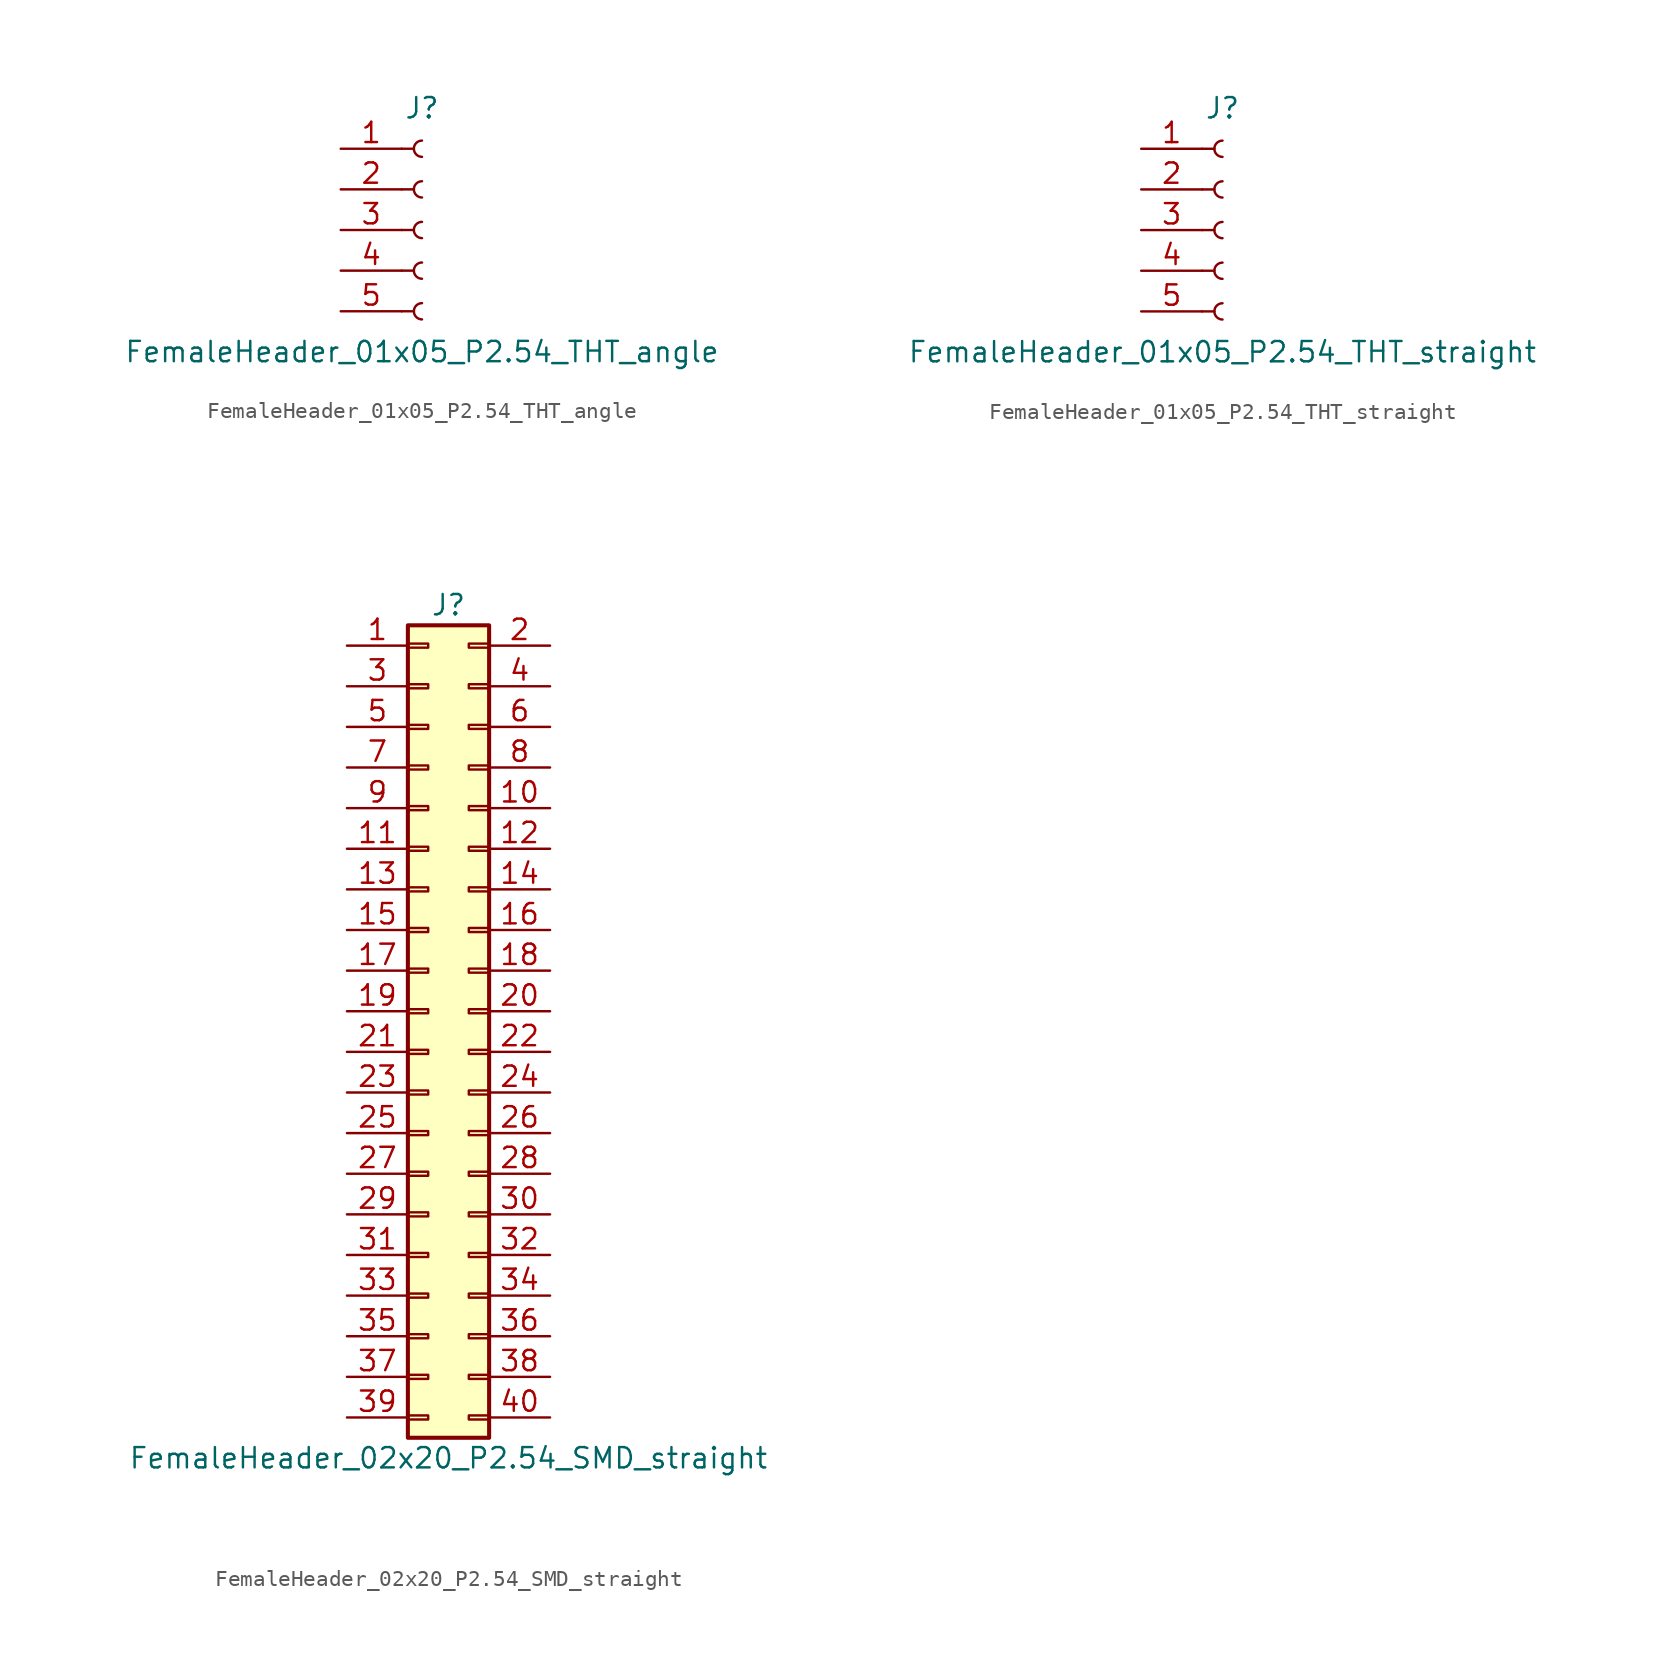
<source format=kicad_sym>
(kicad_symbol_lib
  (version 20231120)
  (generator "kicad_symbol_editor")
  (generator_version "8.0")
  (symbol "FemaleHeader_01x05_P2.54_THT_angle"
    (pin_names
      (offset 1.016) hide)
    (property "Reference" "J"
      (at 0 7.62 0)
      (effects (font (size 1.27 1.27))))
    (property "Value" "FemaleHeader_01x05_P2.54_THT_angle"
      (at 0 -7.62 0)
      (effects (font (size 1.27 1.27))))
    (symbol "FemaleHeader_01x05_P2.54_THT_angle_1_1"
      (arc (start 0 -4.572) (mid -0.5058 -5.08) (end 0 -5.588) (stroke (width 0.1524) (type default)) (fill (type none)))
      (arc (start 0 -2.032) (mid -0.5058 -2.54) (end 0 -3.048) (stroke (width 0.1524) (type default)) (fill (type none)))
      (polyline (pts (xy -1.27 -5.08) (xy -0.508 -5.08)) (stroke (width 0.152) (type default)) (fill (type none)))
      (polyline (pts (xy -1.27 -2.54) (xy -0.508 -2.54)) (stroke (width 0.152) (type default)) (fill (type none)))
      (polyline (pts (xy -1.27 0) (xy -0.508 0)) (stroke (width 0.152) (type default)) (fill (type none)))
      (polyline (pts (xy -1.27 2.54) (xy -0.508 2.54)) (stroke (width 0.152) (type default)) (fill (type none)))
      (polyline (pts (xy -1.27 5.08) (xy -0.508 5.08)) (stroke (width 0.152) (type default)) (fill (type none)))
      (arc (start 0 0.508) (mid -0.5058 0) (end 0 -0.508) (stroke (width 0.1524) (type default)) (fill (type none)))
      (arc (start 0 3.048) (mid -0.5058 2.54) (end 0 2.032) (stroke (width 0.1524) (type default)) (fill (type none)))
      (arc (start 0 5.588) (mid -0.5058 5.08) (end 0 4.572) (stroke (width 0.1524) (type default)) (fill (type none)))
      (pin passive line (at -5.08 5.08 0) (length 3.81) (name "Pin_1" (effects (font (size 1.27 1.27)))) (number "1" (effects (font (size 1.27 1.27)))))
      (pin passive line (at -5.08 2.54 0) (length 3.81) (name "Pin_2" (effects (font (size 1.27 1.27)))) (number "2" (effects (font (size 1.27 1.27)))))
      (pin passive line (at -5.08 0 0) (length 3.81) (name "Pin_3" (effects (font (size 1.27 1.27)))) (number "3" (effects (font (size 1.27 1.27)))))
      (pin passive line (at -5.08 -2.54 0) (length 3.81) (name "Pin_4" (effects (font (size 1.27 1.27)))) (number "4" (effects (font (size 1.27 1.27)))))
      (pin passive line (at -5.08 -5.08 0) (length 3.81) (name "Pin_5" (effects (font (size 1.27 1.27)))) (number "5" (effects (font (size 1.27 1.27)))))))
  (symbol "FemaleHeader_01x05_P2.54_THT_straight"
    (pin_names
      (offset 1.016) hide)
    (property "Reference" "J"
      (at 0 7.62 0)
      (effects (font (size 1.27 1.27))))
    (property "Value" "FemaleHeader_01x05_P2.54_THT_straight"
      (at 0 -7.62 0)
      (effects (font (size 1.27 1.27))))
    (symbol "FemaleHeader_01x05_P2.54_THT_straight_1_1"
      (arc (start 0 -4.572) (mid -0.5058 -5.08) (end 0 -5.588) (stroke (width 0.1524) (type default)) (fill (type none)))
      (arc (start 0 -2.032) (mid -0.5058 -2.54) (end 0 -3.048) (stroke (width 0.1524) (type default)) (fill (type none)))
      (polyline (pts (xy -1.27 -5.08) (xy -0.508 -5.08)) (stroke (width 0.152) (type default)) (fill (type none)))
      (polyline (pts (xy -1.27 -2.54) (xy -0.508 -2.54)) (stroke (width 0.152) (type default)) (fill (type none)))
      (polyline (pts (xy -1.27 0) (xy -0.508 0)) (stroke (width 0.152) (type default)) (fill (type none)))
      (polyline (pts (xy -1.27 2.54) (xy -0.508 2.54)) (stroke (width 0.152) (type default)) (fill (type none)))
      (polyline (pts (xy -1.27 5.08) (xy -0.508 5.08)) (stroke (width 0.152) (type default)) (fill (type none)))
      (arc (start 0 0.508) (mid -0.5058 0) (end 0 -0.508) (stroke (width 0.1524) (type default)) (fill (type none)))
      (arc (start 0 3.048) (mid -0.5058 2.54) (end 0 2.032) (stroke (width 0.1524) (type default)) (fill (type none)))
      (arc (start 0 5.588) (mid -0.5058 5.08) (end 0 4.572) (stroke (width 0.1524) (type default)) (fill (type none)))
      (pin passive line (at -5.08 5.08 0) (length 3.81) (name "Pin_1" (effects (font (size 1.27 1.27)))) (number "1" (effects (font (size 1.27 1.27)))))
      (pin passive line (at -5.08 2.54 0) (length 3.81) (name "Pin_2" (effects (font (size 1.27 1.27)))) (number "2" (effects (font (size 1.27 1.27)))))
      (pin passive line (at -5.08 0 0) (length 3.81) (name "Pin_3" (effects (font (size 1.27 1.27)))) (number "3" (effects (font (size 1.27 1.27)))))
      (pin passive line (at -5.08 -2.54 0) (length 3.81) (name "Pin_4" (effects (font (size 1.27 1.27)))) (number "4" (effects (font (size 1.27 1.27)))))
      (pin passive line (at -5.08 -5.08 0) (length 3.81) (name "Pin_5" (effects (font (size 1.27 1.27)))) (number "5" (effects (font (size 1.27 1.27)))))))
  (symbol "FemaleHeader_02x20_P2.54_SMD_straight"
    (pin_names
      (offset 1.016) hide)
    (property "Reference" "J"
      (at 1.27 25.4 0)
      (effects (font (size 1.27 1.27))))
    (property "Value" "FemaleHeader_02x20_P2.54_SMD_straight"
      (at 1.27 -27.94 0)
      (effects (font (size 1.27 1.27))))
    (symbol "FemaleHeader_02x20_P2.54_SMD_straight_1_1"
      (rectangle (start -1.27 -25.273) (end 0 -25.527) (stroke (width 0.152) (type default)) (fill (type none)))
      (rectangle (start -1.27 -22.733) (end 0 -22.987) (stroke (width 0.152) (type default)) (fill (type none)))
      (rectangle (start -1.27 -20.193) (end 0 -20.447) (stroke (width 0.152) (type default)) (fill (type none)))
      (rectangle (start -1.27 -17.653) (end 0 -17.907) (stroke (width 0.152) (type default)) (fill (type none)))
      (rectangle (start -1.27 -15.113) (end 0 -15.367) (stroke (width 0.152) (type default)) (fill (type none)))
      (rectangle (start -1.27 -12.573) (end 0 -12.827) (stroke (width 0.152) (type default)) (fill (type none)))
      (rectangle (start -1.27 -10.033) (end 0 -10.287) (stroke (width 0.152) (type default)) (fill (type none)))
      (rectangle (start -1.27 -7.493) (end 0 -7.747) (stroke (width 0.152) (type default)) (fill (type none)))
      (rectangle (start -1.27 -4.953) (end 0 -5.207) (stroke (width 0.152) (type default)) (fill (type none)))
      (rectangle (start -1.27 -2.413) (end 0 -2.667) (stroke (width 0.152) (type default)) (fill (type none)))
      (rectangle (start -1.27 0.127) (end 0 -0.127) (stroke (width 0.152) (type default)) (fill (type none)))
      (rectangle (start -1.27 2.667) (end 0 2.413) (stroke (width 0.152) (type default)) (fill (type none)))
      (rectangle (start -1.27 5.207) (end 0 4.953) (stroke (width 0.152) (type default)) (fill (type none)))
      (rectangle (start -1.27 7.747) (end 0 7.493) (stroke (width 0.152) (type default)) (fill (type none)))
      (rectangle (start -1.27 10.287) (end 0 10.033) (stroke (width 0.152) (type default)) (fill (type none)))
      (rectangle (start -1.27 12.827) (end 0 12.573) (stroke (width 0.152) (type default)) (fill (type none)))
      (rectangle (start -1.27 15.367) (end 0 15.113) (stroke (width 0.152) (type default)) (fill (type none)))
      (rectangle (start -1.27 17.907) (end 0 17.653) (stroke (width 0.152) (type default)) (fill (type none)))
      (rectangle (start -1.27 20.447) (end 0 20.193) (stroke (width 0.152) (type default)) (fill (type none)))
      (rectangle (start -1.27 22.987) (end 0 22.733) (stroke (width 0.152) (type default)) (fill (type none)))
      (rectangle (start -1.27 24.13) (end 3.81 -26.67) (stroke (width 0.254) (type default)) (fill (type background)))
      (rectangle (start 3.81 -25.273) (end 2.54 -25.527) (stroke (width 0.152) (type default)) (fill (type none)))
      (rectangle (start 3.81 -22.733) (end 2.54 -22.987) (stroke (width 0.152) (type default)) (fill (type none)))
      (rectangle (start 3.81 -20.193) (end 2.54 -20.447) (stroke (width 0.152) (type default)) (fill (type none)))
      (rectangle (start 3.81 -17.653) (end 2.54 -17.907) (stroke (width 0.152) (type default)) (fill (type none)))
      (rectangle (start 3.81 -15.113) (end 2.54 -15.367) (stroke (width 0.152) (type default)) (fill (type none)))
      (rectangle (start 3.81 -12.573) (end 2.54 -12.827) (stroke (width 0.152) (type default)) (fill (type none)))
      (rectangle (start 3.81 -10.033) (end 2.54 -10.287) (stroke (width 0.152) (type default)) (fill (type none)))
      (rectangle (start 3.81 -7.493) (end 2.54 -7.747) (stroke (width 0.152) (type default)) (fill (type none)))
      (rectangle (start 3.81 -4.953) (end 2.54 -5.207) (stroke (width 0.152) (type default)) (fill (type none)))
      (rectangle (start 3.81 -2.413) (end 2.54 -2.667) (stroke (width 0.152) (type default)) (fill (type none)))
      (rectangle (start 3.81 0.127) (end 2.54 -0.127) (stroke (width 0.152) (type default)) (fill (type none)))
      (rectangle (start 3.81 2.667) (end 2.54 2.413) (stroke (width 0.152) (type default)) (fill (type none)))
      (rectangle (start 3.81 5.207) (end 2.54 4.953) (stroke (width 0.152) (type default)) (fill (type none)))
      (rectangle (start 3.81 7.747) (end 2.54 7.493) (stroke (width 0.152) (type default)) (fill (type none)))
      (rectangle (start 3.81 10.287) (end 2.54 10.033) (stroke (width 0.152) (type default)) (fill (type none)))
      (rectangle (start 3.81 12.827) (end 2.54 12.573) (stroke (width 0.152) (type default)) (fill (type none)))
      (rectangle (start 3.81 15.367) (end 2.54 15.113) (stroke (width 0.152) (type default)) (fill (type none)))
      (rectangle (start 3.81 17.907) (end 2.54 17.653) (stroke (width 0.152) (type default)) (fill (type none)))
      (rectangle (start 3.81 20.447) (end 2.54 20.193) (stroke (width 0.152) (type default)) (fill (type none)))
      (rectangle (start 3.81 22.987) (end 2.54 22.733) (stroke (width 0.152) (type default)) (fill (type none)))
      (pin passive line (at -5.08 22.86 0) (length 3.81) (name "Pin_1" (effects (font (size 1.27 1.27)))) (number "1" (effects (font (size 1.27 1.27)))))
      (pin passive line (at 7.62 12.7 180) (length 3.81) (name "Pin_10" (effects (font (size 1.27 1.27)))) (number "10" (effects (font (size 1.27 1.27)))))
      (pin passive line (at -5.08 10.16 0) (length 3.81) (name "Pin_11" (effects (font (size 1.27 1.27)))) (number "11" (effects (font (size 1.27 1.27)))))
      (pin passive line (at 7.62 10.16 180) (length 3.81) (name "Pin_12" (effects (font (size 1.27 1.27)))) (number "12" (effects (font (size 1.27 1.27)))))
      (pin passive line (at -5.08 7.62 0) (length 3.81) (name "Pin_13" (effects (font (size 1.27 1.27)))) (number "13" (effects (font (size 1.27 1.27)))))
      (pin passive line (at 7.62 7.62 180) (length 3.81) (name "Pin_14" (effects (font (size 1.27 1.27)))) (number "14" (effects (font (size 1.27 1.27)))))
      (pin passive line (at -5.08 5.08 0) (length 3.81) (name "Pin_15" (effects (font (size 1.27 1.27)))) (number "15" (effects (font (size 1.27 1.27)))))
      (pin passive line (at 7.62 5.08 180) (length 3.81) (name "Pin_16" (effects (font (size 1.27 1.27)))) (number "16" (effects (font (size 1.27 1.27)))))
      (pin passive line (at -5.08 2.54 0) (length 3.81) (name "Pin_17" (effects (font (size 1.27 1.27)))) (number "17" (effects (font (size 1.27 1.27)))))
      (pin passive line (at 7.62 2.54 180) (length 3.81) (name "Pin_18" (effects (font (size 1.27 1.27)))) (number "18" (effects (font (size 1.27 1.27)))))
      (pin passive line (at -5.08 0 0) (length 3.81) (name "Pin_19" (effects (font (size 1.27 1.27)))) (number "19" (effects (font (size 1.27 1.27)))))
      (pin passive line (at 7.62 22.86 180) (length 3.81) (name "Pin_2" (effects (font (size 1.27 1.27)))) (number "2" (effects (font (size 1.27 1.27)))))
      (pin passive line (at 7.62 0 180) (length 3.81) (name "Pin_20" (effects (font (size 1.27 1.27)))) (number "20" (effects (font (size 1.27 1.27)))))
      (pin passive line (at -5.08 -2.54 0) (length 3.81) (name "Pin_21" (effects (font (size 1.27 1.27)))) (number "21" (effects (font (size 1.27 1.27)))))
      (pin passive line (at 7.62 -2.54 180) (length 3.81) (name "Pin_22" (effects (font (size 1.27 1.27)))) (number "22" (effects (font (size 1.27 1.27)))))
      (pin passive line (at -5.08 -5.08 0) (length 3.81) (name "Pin_23" (effects (font (size 1.27 1.27)))) (number "23" (effects (font (size 1.27 1.27)))))
      (pin passive line (at 7.62 -5.08 180) (length 3.81) (name "Pin_24" (effects (font (size 1.27 1.27)))) (number "24" (effects (font (size 1.27 1.27)))))
      (pin passive line (at -5.08 -7.62 0) (length 3.81) (name "Pin_25" (effects (font (size 1.27 1.27)))) (number "25" (effects (font (size 1.27 1.27)))))
      (pin passive line (at 7.62 -7.62 180) (length 3.81) (name "Pin_26" (effects (font (size 1.27 1.27)))) (number "26" (effects (font (size 1.27 1.27)))))
      (pin passive line (at -5.08 -10.16 0) (length 3.81) (name "Pin_27" (effects (font (size 1.27 1.27)))) (number "27" (effects (font (size 1.27 1.27)))))
      (pin passive line (at 7.62 -10.16 180) (length 3.81) (name "Pin_28" (effects (font (size 1.27 1.27)))) (number "28" (effects (font (size 1.27 1.27)))))
      (pin passive line (at -5.08 -12.7 0) (length 3.81) (name "Pin_29" (effects (font (size 1.27 1.27)))) (number "29" (effects (font (size 1.27 1.27)))))
      (pin passive line (at -5.08 20.32 0) (length 3.81) (name "Pin_3" (effects (font (size 1.27 1.27)))) (number "3" (effects (font (size 1.27 1.27)))))
      (pin passive line (at 7.62 -12.7 180) (length 3.81) (name "Pin_30" (effects (font (size 1.27 1.27)))) (number "30" (effects (font (size 1.27 1.27)))))
      (pin passive line (at -5.08 -15.24 0) (length 3.81) (name "Pin_31" (effects (font (size 1.27 1.27)))) (number "31" (effects (font (size 1.27 1.27)))))
      (pin passive line (at 7.62 -15.24 180) (length 3.81) (name "Pin_32" (effects (font (size 1.27 1.27)))) (number "32" (effects (font (size 1.27 1.27)))))
      (pin passive line (at -5.08 -17.78 0) (length 3.81) (name "Pin_33" (effects (font (size 1.27 1.27)))) (number "33" (effects (font (size 1.27 1.27)))))
      (pin passive line (at 7.62 -17.78 180) (length 3.81) (name "Pin_34" (effects (font (size 1.27 1.27)))) (number "34" (effects (font (size 1.27 1.27)))))
      (pin passive line (at -5.08 -20.32 0) (length 3.81) (name "Pin_35" (effects (font (size 1.27 1.27)))) (number "35" (effects (font (size 1.27 1.27)))))
      (pin passive line (at 7.62 -20.32 180) (length 3.81) (name "Pin_36" (effects (font (size 1.27 1.27)))) (number "36" (effects (font (size 1.27 1.27)))))
      (pin passive line (at -5.08 -22.86 0) (length 3.81) (name "Pin_37" (effects (font (size 1.27 1.27)))) (number "37" (effects (font (size 1.27 1.27)))))
      (pin passive line (at 7.62 -22.86 180) (length 3.81) (name "Pin_38" (effects (font (size 1.27 1.27)))) (number "38" (effects (font (size 1.27 1.27)))))
      (pin passive line (at -5.08 -25.4 0) (length 3.81) (name "Pin_39" (effects (font (size 1.27 1.27)))) (number "39" (effects (font (size 1.27 1.27)))))
      (pin passive line (at 7.62 20.32 180) (length 3.81) (name "Pin_4" (effects (font (size 1.27 1.27)))) (number "4" (effects (font (size 1.27 1.27)))))
      (pin passive line (at 7.62 -25.4 180) (length 3.81) (name "Pin_40" (effects (font (size 1.27 1.27)))) (number "40" (effects (font (size 1.27 1.27)))))
      (pin passive line (at -5.08 17.78 0) (length 3.81) (name "Pin_5" (effects (font (size 1.27 1.27)))) (number "5" (effects (font (size 1.27 1.27)))))
      (pin passive line (at 7.62 17.78 180) (length 3.81) (name "Pin_6" (effects (font (size 1.27 1.27)))) (number "6" (effects (font (size 1.27 1.27)))))
      (pin passive line (at -5.08 15.24 0) (length 3.81) (name "Pin_7" (effects (font (size 1.27 1.27)))) (number "7" (effects (font (size 1.27 1.27)))))
      (pin passive line (at 7.62 15.24 180) (length 3.81) (name "Pin_8" (effects (font (size 1.27 1.27)))) (number "8" (effects (font (size 1.27 1.27)))))
      (pin passive line (at -5.08 12.7 0) (length 3.81) (name "Pin_9" (effects (font (size 1.27 1.27)))) (number "9" (effects (font (size 1.27 1.27))))))))
</source>
